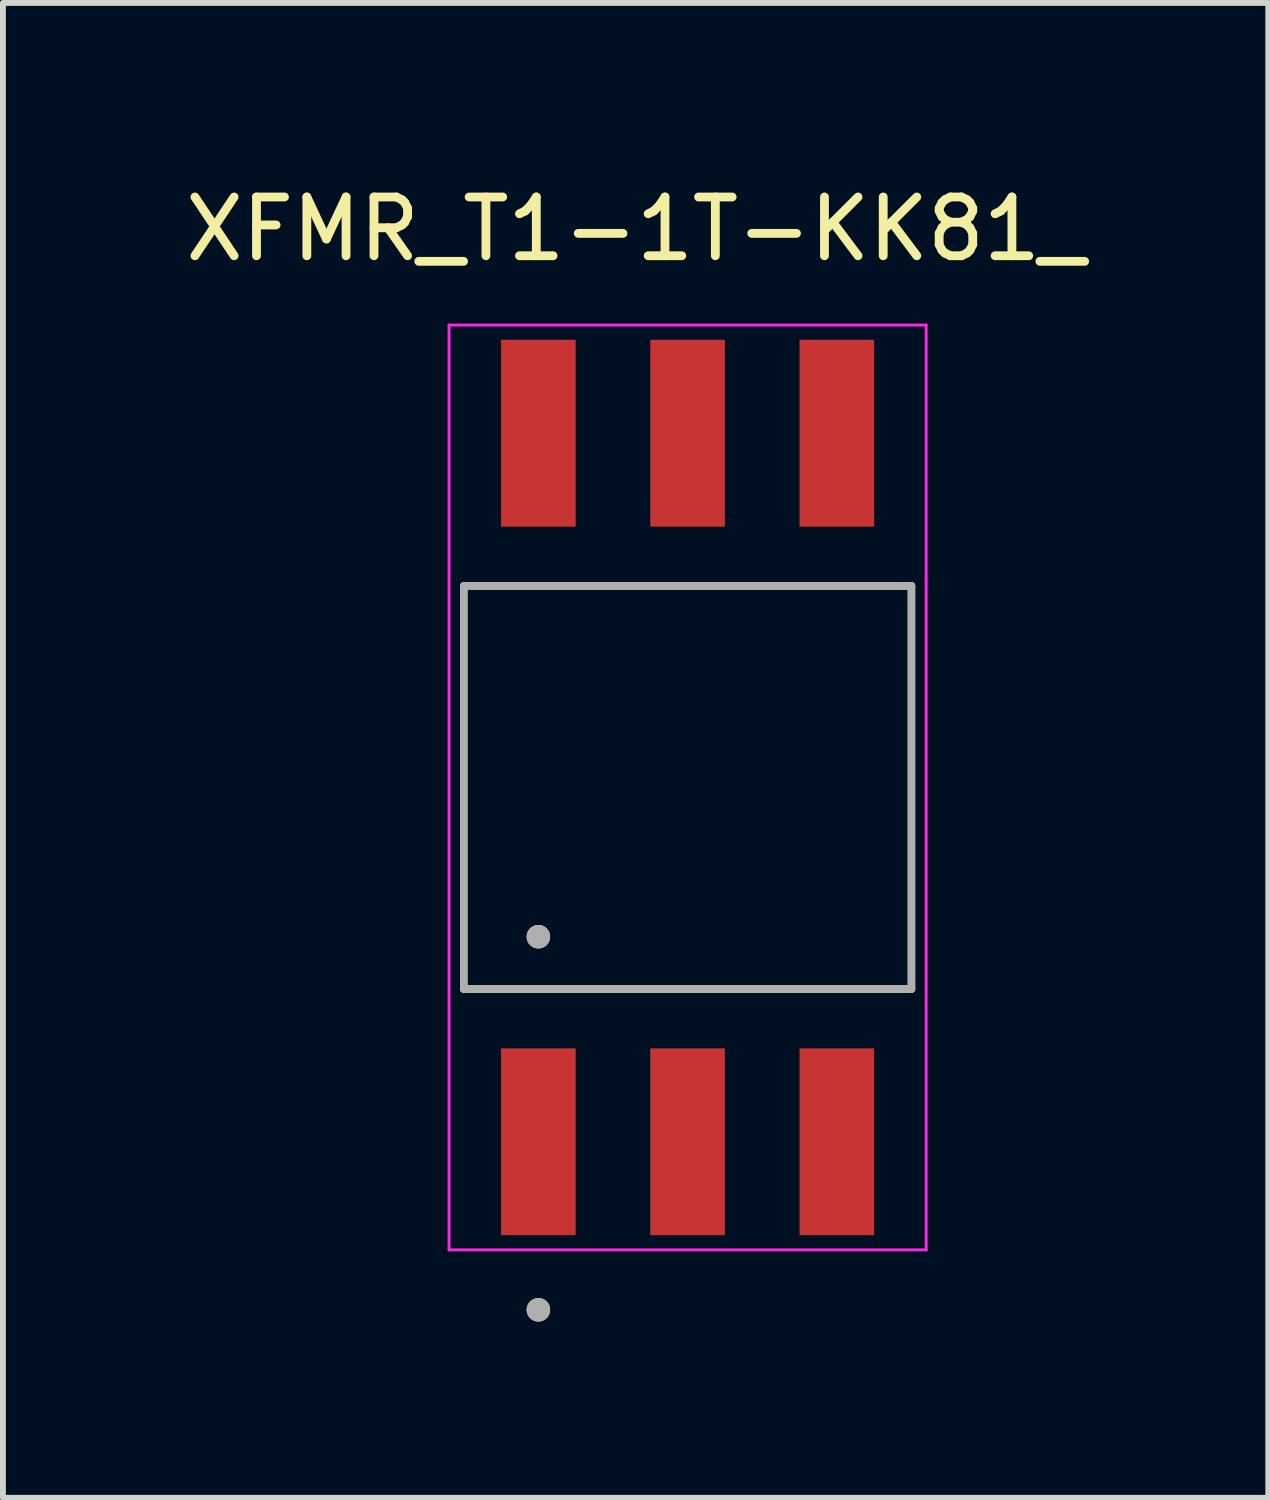
<source format=kicad_pcb>
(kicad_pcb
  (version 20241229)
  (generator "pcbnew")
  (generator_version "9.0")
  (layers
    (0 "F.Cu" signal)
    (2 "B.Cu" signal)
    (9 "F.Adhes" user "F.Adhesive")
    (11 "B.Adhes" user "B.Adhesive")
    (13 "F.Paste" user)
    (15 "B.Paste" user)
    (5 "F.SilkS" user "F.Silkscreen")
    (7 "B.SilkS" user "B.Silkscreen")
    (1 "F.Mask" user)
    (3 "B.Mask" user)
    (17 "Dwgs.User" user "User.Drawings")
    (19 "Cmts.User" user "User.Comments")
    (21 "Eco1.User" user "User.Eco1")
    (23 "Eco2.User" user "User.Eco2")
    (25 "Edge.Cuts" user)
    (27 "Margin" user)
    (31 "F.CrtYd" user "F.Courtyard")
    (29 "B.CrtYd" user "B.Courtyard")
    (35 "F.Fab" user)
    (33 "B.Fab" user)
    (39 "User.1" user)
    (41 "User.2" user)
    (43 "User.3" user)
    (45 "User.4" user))
  (footprint "XFMR_T1-1T-KK81_"
    (layer "F.Cu")
    (at 8.653 10.353)
    (property "Reference" "XFMR_T1-1T-KK81_" (at -0.885 -9.505 0) (layer "F.SilkS") (effects (font (size 1 1) (thickness 0.15))))
    (attr smd)
    (fp_line (start -3.81 -3.43) (end 3.81 -3.43) (stroke (width 0.127) (type solid)) (layer "F.SilkS"))
    (fp_line (start -3.81 3.43) (end -3.81 -3.43) (stroke (width 0.127) (type solid)) (layer "F.SilkS"))
    (fp_line (start 3.81 -3.43) (end 3.81 3.43) (stroke (width 0.127) (type solid)) (layer "F.SilkS"))
    (fp_line (start 3.81 3.43) (end -3.81 3.43) (stroke (width 0.127) (type solid)) (layer "F.SilkS"))
    (fp_circle (center -2.54 2.54) (end -2.44 2.54) (stroke (width 0.2) (type solid)) (fill no) (layer "F.SilkS"))
    (fp_circle (center -2.54 8.89) (end -2.44 8.89) (stroke (width 0.2) (type solid)) (fill no) (layer "F.SilkS"))
    (fp_line (start -4.06 -7.87) (end -4.06 7.87) (stroke (width 0.05) (type solid)) (layer "F.CrtYd"))
    (fp_line (start -4.06 7.87) (end 4.06 7.87) (stroke (width 0.05) (type solid)) (layer "F.CrtYd"))
    (fp_line (start 4.06 -7.87) (end -4.06 -7.87) (stroke (width 0.05) (type solid)) (layer "F.CrtYd"))
    (fp_line (start 4.06 7.87) (end 4.06 -7.87) (stroke (width 0.05) (type solid)) (layer "F.CrtYd"))
    (fp_line (start -3.81 -3.43) (end 3.81 -3.43) (stroke (width 0.127) (type solid)) (layer "F.Fab"))
    (fp_line (start -3.81 3.43) (end -3.81 -3.43) (stroke (width 0.127) (type solid)) (layer "F.Fab"))
    (fp_line (start 3.81 -3.43) (end 3.81 3.43) (stroke (width 0.127) (type solid)) (layer "F.Fab"))
    (fp_line (start 3.81 3.43) (end -3.81 3.43) (stroke (width 0.127) (type solid)) (layer "F.Fab"))
    (fp_circle (center -2.54 2.54) (end -2.44 2.54) (stroke (width 0.2) (type solid)) (fill no) (layer "F.Fab"))
    (fp_circle (center -2.54 8.89) (end -2.44 8.89) (stroke (width 0.2) (type solid)) (fill no) (layer "F.Fab"))
    (pad "1" smd rect (at -2.54 -6.03) (size 1.27 3.18) (layers "F.Cu" "F.Mask" "F.Paste"))
    (pad "2" smd rect (at 0 -6.03) (size 1.27 3.18) (layers "F.Cu" "F.Mask" "F.Paste"))
    (pad "3" smd rect (at 2.54 -6.03) (size 1.27 3.18) (layers "F.Cu" "F.Mask" "F.Paste"))
    (pad "4" smd rect (at 2.54 6.03) (size 1.27 3.18) (layers "F.Cu" "F.Mask" "F.Paste"))
    (pad "5" smd rect (at 0 6.03) (size 1.27 3.18) (layers "F.Cu" "F.Mask" "F.Paste"))
    (pad "6" smd rect (at -2.54 6.03) (size 1.27 3.18) (layers "F.Cu" "F.Mask" "F.Paste")))
  (gr_rect
    (start -3 -3)
    (end 18.536 22.443)
    (stroke (width 0.1) (type default))
    (fill no)
    (layer "Edge.Cuts")))
</source>
